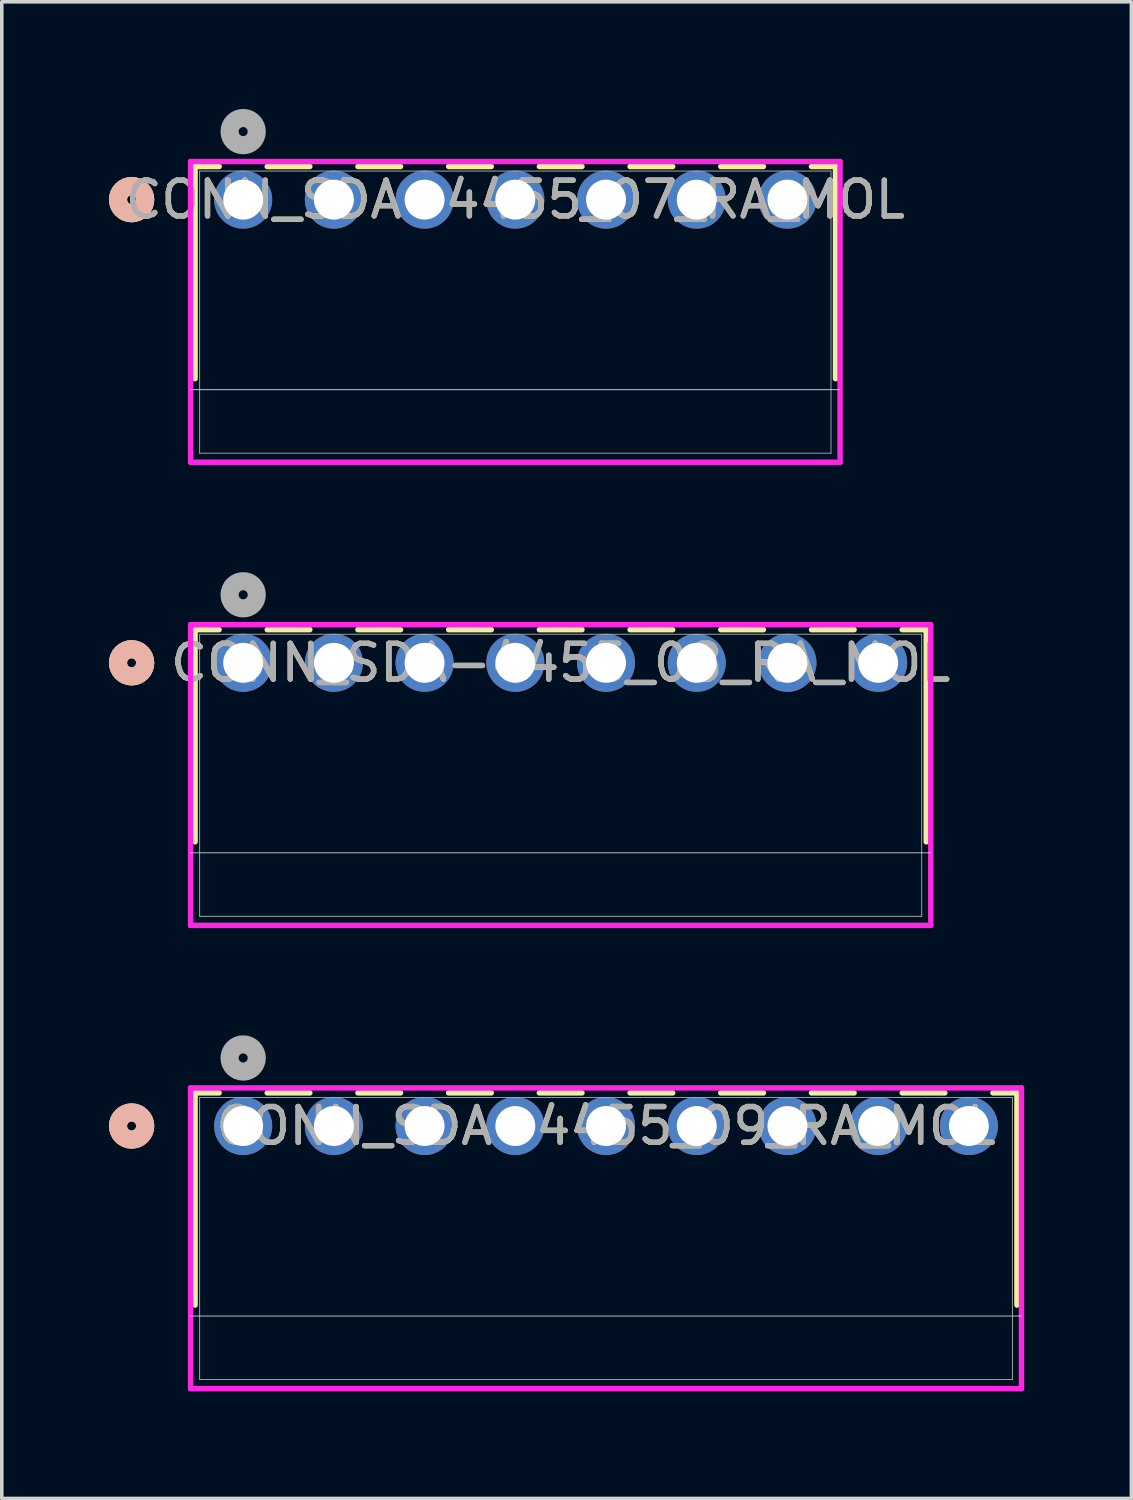
<source format=kicad_pcb>
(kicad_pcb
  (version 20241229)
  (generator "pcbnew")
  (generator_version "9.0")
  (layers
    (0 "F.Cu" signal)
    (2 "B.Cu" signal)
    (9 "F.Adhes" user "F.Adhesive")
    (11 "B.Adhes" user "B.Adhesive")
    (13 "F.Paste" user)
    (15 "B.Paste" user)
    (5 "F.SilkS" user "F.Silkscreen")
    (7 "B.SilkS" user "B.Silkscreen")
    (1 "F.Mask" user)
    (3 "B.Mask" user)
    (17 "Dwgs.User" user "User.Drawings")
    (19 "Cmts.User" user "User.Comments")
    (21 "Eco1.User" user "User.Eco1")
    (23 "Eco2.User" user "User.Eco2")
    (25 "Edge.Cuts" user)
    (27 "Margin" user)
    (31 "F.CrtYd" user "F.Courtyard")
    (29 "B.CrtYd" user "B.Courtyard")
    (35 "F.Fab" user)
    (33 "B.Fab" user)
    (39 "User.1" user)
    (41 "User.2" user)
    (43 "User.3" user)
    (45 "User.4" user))
  (footprint "CONN_SDA-4455_07_RA_MOL"
    (layer "F.Cu")
    (at 3.759 2.54)
    (property "Reference" "CONN_SDA-4455_07_RA_MOL" (at 7.62 0 0) (unlocked yes) (layer "F.SilkS") (effects (font (size 1 1) (thickness 0.15))))
    (attr through_hole)
    (fp_line (start -1.346 -0.927) (end -1.346 5.014) (stroke (width 0.152) (type solid)) (layer "F.SilkS"))
    (fp_line (start -0.673 -0.927) (end -1.346 -0.927) (stroke (width 0.152) (type solid)) (layer "F.SilkS"))
    (fp_line (start 1.867 -0.927) (end 0.673 -0.927) (stroke (width 0.152) (type solid)) (layer "F.SilkS"))
    (fp_line (start 4.407 -0.927) (end 3.213 -0.927) (stroke (width 0.152) (type solid)) (layer "F.SilkS"))
    (fp_line (start 6.947 -0.927) (end 5.753 -0.927) (stroke (width 0.152) (type solid)) (layer "F.SilkS"))
    (fp_line (start 9.487 -0.927) (end 8.293 -0.927) (stroke (width 0.152) (type solid)) (layer "F.SilkS"))
    (fp_line (start 12.027 -0.927) (end 10.833 -0.927) (stroke (width 0.152) (type solid)) (layer "F.SilkS"))
    (fp_line (start 14.567 -0.927) (end 13.373 -0.927) (stroke (width 0.152) (type solid)) (layer "F.SilkS"))
    (fp_line (start 16.586 -0.927) (end 15.913 -0.927) (stroke (width 0.152) (type solid)) (layer "F.SilkS"))
    (fp_line (start 16.586 5.014) (end 16.586 -0.927) (stroke (width 0.152) (type solid)) (layer "F.SilkS"))
    (fp_circle (center -3.124 0) (end -2.743 0) (stroke (width 0.508) (type solid)) (fill no) (layer "F.SilkS"))
    (fp_circle (center -3.124 0) (end -2.743 0) (stroke (width 0.508) (type solid)) (fill no) (layer "B.SilkS"))
    (fp_line (start -1.473 5.321) (end 16.713 5.321) (stroke (width 0.025) (type solid)) (layer "Edge.Cuts"))
    (fp_line (start -1.473 -1.067) (end -1.473 7.353) (stroke (width 0.152) (type solid)) (layer "F.CrtYd"))
    (fp_line (start -1.473 7.353) (end 16.713 7.353) (stroke (width 0.152) (type solid)) (layer "F.CrtYd"))
    (fp_line (start 16.713 -1.067) (end -1.473 -1.067) (stroke (width 0.152) (type solid)) (layer "F.CrtYd"))
    (fp_line (start 16.713 7.353) (end 16.713 -1.067) (stroke (width 0.152) (type solid)) (layer "F.CrtYd"))
    (fp_line (start -1.219 -0.8) (end -1.219 7.099) (stroke (width 0.025) (type solid)) (layer "F.Fab"))
    (fp_line (start -1.219 7.099) (end 16.459 7.099) (stroke (width 0.025) (type solid)) (layer "F.Fab"))
    (fp_line (start 16.459 -0.8) (end -1.219 -0.8) (stroke (width 0.025) (type solid)) (layer "F.Fab"))
    (fp_line (start 16.459 7.099) (end 16.459 -0.8) (stroke (width 0.025) (type solid)) (layer "F.Fab"))
    (fp_circle (center 0 -1.905) (end 0.381 -1.905) (stroke (width 0.508) (type solid)) (fill no) (layer "F.Fab"))
    (fp_text user "${REFERENCE}" (at 7.62 0 0) (unlocked yes) (layer "F.Fab") (effects (font (size 1 1) (thickness 0.15))))
    (pad "1" thru_hole circle (at 0 0) (size 1.626 1.626) (drill 1.118) (layers "*.Cu" "*.Mask"))
    (pad "2" thru_hole circle (at 2.54 0) (size 1.626 1.626) (drill 1.118) (layers "*.Cu" "*.Mask"))
    (pad "3" thru_hole circle (at 5.08 0) (size 1.626 1.626) (drill 1.118) (layers "*.Cu" "*.Mask"))
    (pad "4" thru_hole circle (at 7.62 0) (size 1.626 1.626) (drill 1.118) (layers "*.Cu" "*.Mask"))
    (pad "5" thru_hole circle (at 10.16 0) (size 1.626 1.626) (drill 1.118) (layers "*.Cu" "*.Mask"))
    (pad "6" thru_hole circle (at 12.7 0) (size 1.626 1.626) (drill 1.118) (layers "*.Cu" "*.Mask"))
    (pad "7" thru_hole circle (at 15.24 0) (size 1.626 1.626) (drill 1.118) (layers "*.Cu" "*.Mask")))
  (footprint "CONN_SDA-4455_08_RA_MOL"
    (layer "F.Cu")
    (at 3.759 15.509)
    (property "Reference" "CONN_SDA-4455_08_RA_MOL" (at 8.89 0 0) (unlocked yes) (layer "F.SilkS") (effects (font (size 1 1) (thickness 0.15))))
    (attr through_hole)
    (fp_line (start -1.346 -0.927) (end -1.346 5.014) (stroke (width 0.152) (type solid)) (layer "F.SilkS"))
    (fp_line (start -0.673 -0.927) (end -1.346 -0.927) (stroke (width 0.152) (type solid)) (layer "F.SilkS"))
    (fp_line (start 1.867 -0.927) (end 0.673 -0.927) (stroke (width 0.152) (type solid)) (layer "F.SilkS"))
    (fp_line (start 4.407 -0.927) (end 3.213 -0.927) (stroke (width 0.152) (type solid)) (layer "F.SilkS"))
    (fp_line (start 6.947 -0.927) (end 5.753 -0.927) (stroke (width 0.152) (type solid)) (layer "F.SilkS"))
    (fp_line (start 9.487 -0.927) (end 8.293 -0.927) (stroke (width 0.152) (type solid)) (layer "F.SilkS"))
    (fp_line (start 12.027 -0.927) (end 10.833 -0.927) (stroke (width 0.152) (type solid)) (layer "F.SilkS"))
    (fp_line (start 14.567 -0.927) (end 13.373 -0.927) (stroke (width 0.152) (type solid)) (layer "F.SilkS"))
    (fp_line (start 17.107 -0.927) (end 15.913 -0.927) (stroke (width 0.152) (type solid)) (layer "F.SilkS"))
    (fp_line (start 19.126 -0.927) (end 18.453 -0.927) (stroke (width 0.152) (type solid)) (layer "F.SilkS"))
    (fp_line (start 19.126 5.014) (end 19.126 -0.927) (stroke (width 0.152) (type solid)) (layer "F.SilkS"))
    (fp_circle (center -3.124 0) (end -2.743 0) (stroke (width 0.508) (type solid)) (fill no) (layer "F.SilkS"))
    (fp_circle (center -3.124 0) (end -2.743 0) (stroke (width 0.508) (type solid)) (fill no) (layer "B.SilkS"))
    (fp_line (start -1.473 5.321) (end 19.253 5.321) (stroke (width 0.025) (type solid)) (layer "Edge.Cuts"))
    (fp_line (start -1.473 -1.067) (end -1.473 7.353) (stroke (width 0.152) (type solid)) (layer "F.CrtYd"))
    (fp_line (start -1.473 7.353) (end 19.253 7.353) (stroke (width 0.152) (type solid)) (layer "F.CrtYd"))
    (fp_line (start 19.253 -1.067) (end -1.473 -1.067) (stroke (width 0.152) (type solid)) (layer "F.CrtYd"))
    (fp_line (start 19.253 7.353) (end 19.253 -1.067) (stroke (width 0.152) (type solid)) (layer "F.CrtYd"))
    (fp_line (start -1.219 -0.8) (end -1.219 7.099) (stroke (width 0.025) (type solid)) (layer "F.Fab"))
    (fp_line (start -1.219 7.099) (end 18.999 7.099) (stroke (width 0.025) (type solid)) (layer "F.Fab"))
    (fp_line (start 18.999 -0.8) (end -1.219 -0.8) (stroke (width 0.025) (type solid)) (layer "F.Fab"))
    (fp_line (start 18.999 7.099) (end 18.999 -0.8) (stroke (width 0.025) (type solid)) (layer "F.Fab"))
    (fp_circle (center 0 -1.905) (end 0.381 -1.905) (stroke (width 0.508) (type solid)) (fill no) (layer "F.Fab"))
    (fp_text user "${REFERENCE}" (at 8.89 0 0) (unlocked yes) (layer "F.Fab") (effects (font (size 1 1) (thickness 0.15))))
    (pad "1" thru_hole circle (at 0 0) (size 1.626 1.626) (drill 1.118) (layers "*.Cu" "*.Mask"))
    (pad "2" thru_hole circle (at 2.54 0) (size 1.626 1.626) (drill 1.118) (layers "*.Cu" "*.Mask"))
    (pad "3" thru_hole circle (at 5.08 0) (size 1.626 1.626) (drill 1.118) (layers "*.Cu" "*.Mask"))
    (pad "4" thru_hole circle (at 7.62 0) (size 1.626 1.626) (drill 1.118) (layers "*.Cu" "*.Mask"))
    (pad "5" thru_hole circle (at 10.16 0) (size 1.626 1.626) (drill 1.118) (layers "*.Cu" "*.Mask"))
    (pad "6" thru_hole circle (at 12.7 0) (size 1.626 1.626) (drill 1.118) (layers "*.Cu" "*.Mask"))
    (pad "7" thru_hole circle (at 15.24 0) (size 1.626 1.626) (drill 1.118) (layers "*.Cu" "*.Mask"))
    (pad "8" thru_hole circle (at 17.78 0) (size 1.626 1.626) (drill 1.118) (layers "*.Cu" "*.Mask")))
  (footprint "CONN_SDA-4455_09_RA_MOL"
    (layer "F.Cu")
    (at 3.759 28.479)
    (property "Reference" "CONN_SDA-4455_09_RA_MOL" (at 10.16 0 0) (unlocked yes) (layer "F.SilkS") (effects (font (size 1 1) (thickness 0.15))))
    (attr through_hole)
    (fp_line (start -1.346 -0.927) (end -1.346 5.014) (stroke (width 0.152) (type solid)) (layer "F.SilkS"))
    (fp_line (start -0.673 -0.927) (end -1.346 -0.927) (stroke (width 0.152) (type solid)) (layer "F.SilkS"))
    (fp_line (start 1.867 -0.927) (end 0.673 -0.927) (stroke (width 0.152) (type solid)) (layer "F.SilkS"))
    (fp_line (start 4.407 -0.927) (end 3.213 -0.927) (stroke (width 0.152) (type solid)) (layer "F.SilkS"))
    (fp_line (start 6.947 -0.927) (end 5.753 -0.927) (stroke (width 0.152) (type solid)) (layer "F.SilkS"))
    (fp_line (start 9.487 -0.927) (end 8.293 -0.927) (stroke (width 0.152) (type solid)) (layer "F.SilkS"))
    (fp_line (start 12.027 -0.927) (end 10.833 -0.927) (stroke (width 0.152) (type solid)) (layer "F.SilkS"))
    (fp_line (start 14.567 -0.927) (end 13.373 -0.927) (stroke (width 0.152) (type solid)) (layer "F.SilkS"))
    (fp_line (start 17.107 -0.927) (end 15.913 -0.927) (stroke (width 0.152) (type solid)) (layer "F.SilkS"))
    (fp_line (start 19.647 -0.927) (end 18.453 -0.927) (stroke (width 0.152) (type solid)) (layer "F.SilkS"))
    (fp_line (start 21.666 -0.927) (end 20.993 -0.927) (stroke (width 0.152) (type solid)) (layer "F.SilkS"))
    (fp_line (start 21.666 5.014) (end 21.666 -0.927) (stroke (width 0.152) (type solid)) (layer "F.SilkS"))
    (fp_circle (center -3.124 0) (end -2.743 0) (stroke (width 0.508) (type solid)) (fill no) (layer "F.SilkS"))
    (fp_circle (center -3.124 0) (end -2.743 0) (stroke (width 0.508) (type solid)) (fill no) (layer "B.SilkS"))
    (fp_line (start -1.473 5.321) (end 21.793 5.321) (stroke (width 0.025) (type solid)) (layer "Edge.Cuts"))
    (fp_line (start -1.473 -1.067) (end -1.473 7.353) (stroke (width 0.152) (type solid)) (layer "F.CrtYd"))
    (fp_line (start -1.473 7.353) (end 21.793 7.353) (stroke (width 0.152) (type solid)) (layer "F.CrtYd"))
    (fp_line (start 21.793 -1.067) (end -1.473 -1.067) (stroke (width 0.152) (type solid)) (layer "F.CrtYd"))
    (fp_line (start 21.793 7.353) (end 21.793 -1.067) (stroke (width 0.152) (type solid)) (layer "F.CrtYd"))
    (fp_line (start -1.219 -0.8) (end -1.219 7.099) (stroke (width 0.025) (type solid)) (layer "F.Fab"))
    (fp_line (start -1.219 7.099) (end 21.539 7.099) (stroke (width 0.025) (type solid)) (layer "F.Fab"))
    (fp_line (start 21.539 -0.8) (end -1.219 -0.8) (stroke (width 0.025) (type solid)) (layer "F.Fab"))
    (fp_line (start 21.539 7.099) (end 21.539 -0.8) (stroke (width 0.025) (type solid)) (layer "F.Fab"))
    (fp_circle (center 0 -1.905) (end 0.381 -1.905) (stroke (width 0.508) (type solid)) (fill no) (layer "F.Fab"))
    (fp_text user "${REFERENCE}" (at 10.16 0 0) (unlocked yes) (layer "F.Fab") (effects (font (size 1 1) (thickness 0.15))))
    (pad "1" thru_hole circle (at 0 0) (size 1.626 1.626) (drill 1.118) (layers "*.Cu" "*.Mask"))
    (pad "2" thru_hole circle (at 2.54 0) (size 1.626 1.626) (drill 1.118) (layers "*.Cu" "*.Mask"))
    (pad "3" thru_hole circle (at 5.08 0) (size 1.626 1.626) (drill 1.118) (layers "*.Cu" "*.Mask"))
    (pad "4" thru_hole circle (at 7.62 0) (size 1.626 1.626) (drill 1.118) (layers "*.Cu" "*.Mask"))
    (pad "5" thru_hole circle (at 10.16 0) (size 1.626 1.626) (drill 1.118) (layers "*.Cu" "*.Mask"))
    (pad "6" thru_hole circle (at 12.7 0) (size 1.626 1.626) (drill 1.118) (layers "*.Cu" "*.Mask"))
    (pad "7" thru_hole circle (at 15.24 0) (size 1.626 1.626) (drill 1.118) (layers "*.Cu" "*.Mask"))
    (pad "8" thru_hole circle (at 17.78 0) (size 1.626 1.626) (drill 1.118) (layers "*.Cu" "*.Mask"))
    (pad "9" thru_hole circle (at 20.32 0) (size 1.626 1.626) (drill 1.118) (layers "*.Cu" "*.Mask")))
  (gr_rect
    (start -3 -3)
    (end 28.629 38.908)
    (stroke (width 0.1) (type default))
    (fill no)
    (layer "Edge.Cuts")))
</source>
